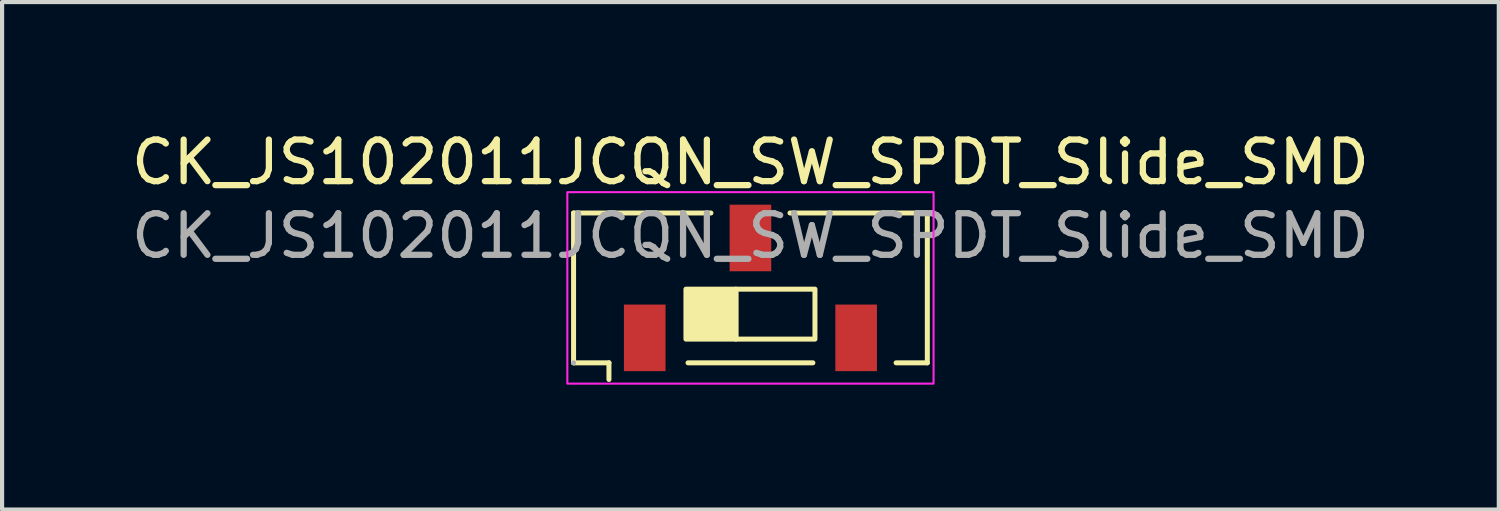
<source format=kicad_pcb>
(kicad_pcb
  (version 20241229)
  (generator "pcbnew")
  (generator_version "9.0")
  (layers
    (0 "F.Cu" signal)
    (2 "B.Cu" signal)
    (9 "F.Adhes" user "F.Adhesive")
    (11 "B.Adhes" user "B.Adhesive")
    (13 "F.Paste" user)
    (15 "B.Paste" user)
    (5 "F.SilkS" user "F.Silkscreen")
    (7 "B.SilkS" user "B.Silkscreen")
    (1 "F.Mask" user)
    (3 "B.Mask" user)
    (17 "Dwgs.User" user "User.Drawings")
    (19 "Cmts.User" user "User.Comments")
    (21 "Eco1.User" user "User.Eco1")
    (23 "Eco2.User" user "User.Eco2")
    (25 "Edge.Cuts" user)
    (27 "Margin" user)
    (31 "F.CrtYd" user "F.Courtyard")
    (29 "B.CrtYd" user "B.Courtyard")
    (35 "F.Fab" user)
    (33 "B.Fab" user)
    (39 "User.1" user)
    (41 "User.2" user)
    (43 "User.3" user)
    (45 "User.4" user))
  (footprint "CK_JS102011JCQN_SW_SPDT_Slide_SMD"
    (layer "F.Cu")
    (at 14.982 3.868)
    (property "Reference" "CK_JS102011JCQN_SW_SPDT_Slide_SMD" (at 0 -3.02 0) (layer "F.SilkS") (effects (font (size 1 1) (thickness 0.15))))
    (attr smd)
    (fp_line (start -4.25 -1.8) (end -0.95 -1.8) (stroke (width 0.12) (type solid)) (layer "F.SilkS"))
    (fp_line (start -4.25 1.8) (end -4.25 -1.8) (stroke (width 0.12) (type solid)) (layer "F.SilkS"))
    (fp_line (start -3.4 1.8) (end -4.25 1.8) (stroke (width 0.12) (type solid)) (layer "F.SilkS"))
    (fp_line (start -3.4 1.8) (end -3.4 2.2) (stroke (width 0.12) (type default)) (layer "F.SilkS"))
    (fp_line (start 0.95 -1.8) (end 4.25 -1.8) (stroke (width 0.12) (type solid)) (layer "F.SilkS"))
    (fp_line (start 1.5 1.8) (end -1.5 1.8) (stroke (width 0.12) (type solid)) (layer "F.SilkS"))
    (fp_line (start 4.25 -1.8) (end 4.25 1.8) (stroke (width 0.12) (type solid)) (layer "F.SilkS"))
    (fp_line (start 4.25 1.8) (end 3.5 1.8) (stroke (width 0.12) (type solid)) (layer "F.SilkS"))
    (fp_rect (start -1.55 0.03) (end -0.35 1.23) (stroke (width 0.12) (type solid)) (fill yes) (layer "F.SilkS"))
    (fp_rect (start -0.35 0.03) (end 1.55 1.23) (stroke (width 0.12) (type default)) (fill no) (layer "F.SilkS"))
    (fp_rect (start -4.4 -2.3) (end 4.4 2.3) (stroke (width 0.05) (type default)) (fill no) (layer "F.CrtYd"))
    (fp_circle (center -4.25 1.8) (end -4.22 1.8) (stroke (width 0.06) (type solid)) (fill no) (layer "F.Fab"))
    (fp_text user "${REFERENCE}" (at 0 -1.25 0) (layer "F.Fab") (effects (font (size 1 1) (thickness 0.15))))
    (pad "1" smd rect (at -2.54 1.2) (size 1 1.6) (layers "F.Cu" "F.Mask" "F.Paste"))
    (pad "2" smd rect (at 0 -1.2) (size 1 1.6) (layers "F.Cu" "F.Mask" "F.Paste"))
    (pad "3" smd rect (at 2.54 1.2) (size 1 1.6) (layers "F.Cu" "F.Mask" "F.Paste")))
  (gr_rect
    (start -3 -3)
    (end 32.964 9.193)
    (stroke (width 0.1) (type default))
    (fill no)
    (layer "Edge.Cuts")))
</source>
